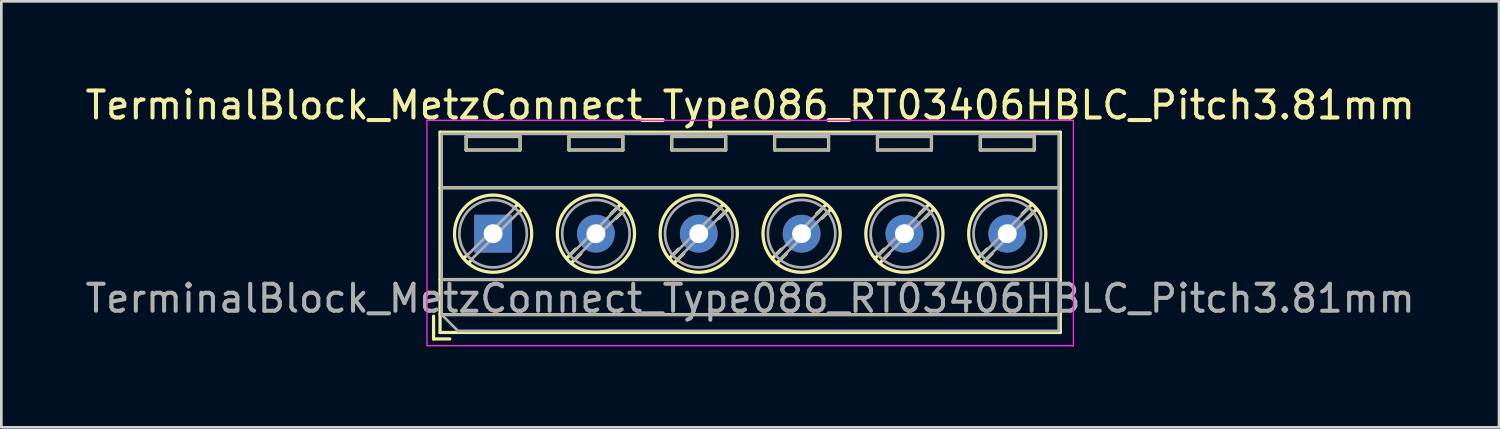
<source format=kicad_pcb>
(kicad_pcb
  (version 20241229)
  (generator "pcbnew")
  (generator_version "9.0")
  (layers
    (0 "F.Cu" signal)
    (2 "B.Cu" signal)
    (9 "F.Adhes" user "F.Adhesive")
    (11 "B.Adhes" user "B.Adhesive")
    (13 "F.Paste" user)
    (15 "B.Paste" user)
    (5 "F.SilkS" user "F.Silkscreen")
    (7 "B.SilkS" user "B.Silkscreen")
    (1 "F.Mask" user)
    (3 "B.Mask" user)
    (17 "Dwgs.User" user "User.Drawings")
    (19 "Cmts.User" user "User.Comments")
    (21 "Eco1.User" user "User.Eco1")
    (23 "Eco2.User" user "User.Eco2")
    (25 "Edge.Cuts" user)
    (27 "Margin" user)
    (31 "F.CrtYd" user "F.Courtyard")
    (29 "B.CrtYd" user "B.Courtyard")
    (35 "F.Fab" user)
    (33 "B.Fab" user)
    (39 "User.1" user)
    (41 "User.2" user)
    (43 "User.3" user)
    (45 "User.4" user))
  (footprint "TerminalBlock_MetzConnect_Type086_RT03406HBLC_Pitch3.81mm"
    (layer "F.Cu")
    (at 15.219 5.608)
    (property "Reference" "TerminalBlock_MetzConnect_Type086_RT03406HBLC_Pitch3.81mm" (at 9.525 -4.76 0) (layer "F.SilkS") (effects (font (size 1 1) (thickness 0.15))))
    (attr through_hole)
    (fp_line (start -2.205 3.06) (end -2.205 3.9) (stroke (width 0.12) (type solid)) (layer "F.SilkS"))
    (fp_line (start -2.205 3.9) (end -1.605 3.9) (stroke (width 0.12) (type solid)) (layer "F.SilkS"))
    (fp_line (start -1.965 -3.76) (end -1.965 3.66) (stroke (width 0.12) (type solid)) (layer "F.SilkS"))
    (fp_line (start -1.965 -1.7) (end 21.015 -1.7) (stroke (width 0.12) (type solid)) (layer "F.SilkS"))
    (fp_line (start -1.965 1.7) (end 21.015 1.7) (stroke (width 0.12) (type solid)) (layer "F.SilkS"))
    (fp_line (start -1.965 3) (end 21.015 3) (stroke (width 0.12) (type solid)) (layer "F.SilkS"))
    (fp_line (start -1.965 3.66) (end 21.015 3.66) (stroke (width 0.12) (type solid)) (layer "F.SilkS"))
    (fp_line (start -1 -3.6) (end -1 -3.1) (stroke (width 0.12) (type solid)) (layer "F.SilkS"))
    (fp_line (start -1 -3.6) (end 1 -3.6) (stroke (width 0.12) (type solid)) (layer "F.SilkS"))
    (fp_line (start -1 -3.1) (end 1 -3.1) (stroke (width 0.12) (type solid)) (layer "F.SilkS"))
    (fp_line (start -0.946 0.771) (end -1.085 0.91) (stroke (width 0.12) (type solid)) (layer "F.SilkS"))
    (fp_line (start -0.771 0.945) (end -0.911 1.085) (stroke (width 0.12) (type solid)) (layer "F.SilkS"))
    (fp_line (start 0.911 -1.085) (end 0.771 -0.945) (stroke (width 0.12) (type solid)) (layer "F.SilkS"))
    (fp_line (start 1 -3.6) (end 1 -3.1) (stroke (width 0.12) (type solid)) (layer "F.SilkS"))
    (fp_line (start 1.085 -0.91) (end 0.945 -0.771) (stroke (width 0.12) (type solid)) (layer "F.SilkS"))
    (fp_line (start 2.81 -3.6) (end 2.81 -3.1) (stroke (width 0.12) (type solid)) (layer "F.SilkS"))
    (fp_line (start 2.81 -3.6) (end 4.81 -3.6) (stroke (width 0.12) (type solid)) (layer "F.SilkS"))
    (fp_line (start 2.81 -3.1) (end 4.81 -3.1) (stroke (width 0.12) (type solid)) (layer "F.SilkS"))
    (fp_line (start 3.065 0.571) (end 2.726 0.91) (stroke (width 0.12) (type solid)) (layer "F.SilkS"))
    (fp_line (start 3.249 0.736) (end 2.9 1.085) (stroke (width 0.12) (type solid)) (layer "F.SilkS"))
    (fp_line (start 4.721 -1.085) (end 4.371 -0.736) (stroke (width 0.12) (type solid)) (layer "F.SilkS"))
    (fp_line (start 4.81 -3.6) (end 4.81 -3.1) (stroke (width 0.12) (type solid)) (layer "F.SilkS"))
    (fp_line (start 4.895 -0.91) (end 4.556 -0.571) (stroke (width 0.12) (type solid)) (layer "F.SilkS"))
    (fp_line (start 6.62 -3.6) (end 6.62 -3.1) (stroke (width 0.12) (type solid)) (layer "F.SilkS"))
    (fp_line (start 6.62 -3.6) (end 8.62 -3.6) (stroke (width 0.12) (type solid)) (layer "F.SilkS"))
    (fp_line (start 6.62 -3.1) (end 8.62 -3.1) (stroke (width 0.12) (type solid)) (layer "F.SilkS"))
    (fp_line (start 6.875 0.571) (end 6.536 0.91) (stroke (width 0.12) (type solid)) (layer "F.SilkS"))
    (fp_line (start 7.059 0.736) (end 6.71 1.085) (stroke (width 0.12) (type solid)) (layer "F.SilkS"))
    (fp_line (start 8.531 -1.085) (end 8.181 -0.736) (stroke (width 0.12) (type solid)) (layer "F.SilkS"))
    (fp_line (start 8.62 -3.6) (end 8.62 -3.1) (stroke (width 0.12) (type solid)) (layer "F.SilkS"))
    (fp_line (start 8.705 -0.91) (end 8.366 -0.571) (stroke (width 0.12) (type solid)) (layer "F.SilkS"))
    (fp_line (start 10.43 -3.6) (end 10.43 -3.1) (stroke (width 0.12) (type solid)) (layer "F.SilkS"))
    (fp_line (start 10.43 -3.6) (end 12.43 -3.6) (stroke (width 0.12) (type solid)) (layer "F.SilkS"))
    (fp_line (start 10.43 -3.1) (end 12.43 -3.1) (stroke (width 0.12) (type solid)) (layer "F.SilkS"))
    (fp_line (start 10.685 0.571) (end 10.346 0.91) (stroke (width 0.12) (type solid)) (layer "F.SilkS"))
    (fp_line (start 10.869 0.736) (end 10.52 1.085) (stroke (width 0.12) (type solid)) (layer "F.SilkS"))
    (fp_line (start 12.341 -1.085) (end 11.991 -0.736) (stroke (width 0.12) (type solid)) (layer "F.SilkS"))
    (fp_line (start 12.43 -3.6) (end 12.43 -3.1) (stroke (width 0.12) (type solid)) (layer "F.SilkS"))
    (fp_line (start 12.515 -0.91) (end 12.176 -0.571) (stroke (width 0.12) (type solid)) (layer "F.SilkS"))
    (fp_line (start 14.24 -3.6) (end 14.24 -3.1) (stroke (width 0.12) (type solid)) (layer "F.SilkS"))
    (fp_line (start 14.24 -3.6) (end 16.241 -3.6) (stroke (width 0.12) (type solid)) (layer "F.SilkS"))
    (fp_line (start 14.24 -3.1) (end 16.241 -3.1) (stroke (width 0.12) (type solid)) (layer "F.SilkS"))
    (fp_line (start 14.495 0.571) (end 14.156 0.91) (stroke (width 0.12) (type solid)) (layer "F.SilkS"))
    (fp_line (start 14.679 0.736) (end 14.33 1.085) (stroke (width 0.12) (type solid)) (layer "F.SilkS"))
    (fp_line (start 16.151 -1.085) (end 15.801 -0.736) (stroke (width 0.12) (type solid)) (layer "F.SilkS"))
    (fp_line (start 16.241 -3.6) (end 16.241 -3.1) (stroke (width 0.12) (type solid)) (layer "F.SilkS"))
    (fp_line (start 16.325 -0.91) (end 15.986 -0.571) (stroke (width 0.12) (type solid)) (layer "F.SilkS"))
    (fp_line (start 18.05 -3.6) (end 18.05 -3.1) (stroke (width 0.12) (type solid)) (layer "F.SilkS"))
    (fp_line (start 18.05 -3.6) (end 20.05 -3.6) (stroke (width 0.12) (type solid)) (layer "F.SilkS"))
    (fp_line (start 18.05 -3.1) (end 20.05 -3.1) (stroke (width 0.12) (type solid)) (layer "F.SilkS"))
    (fp_line (start 18.305 0.571) (end 17.966 0.91) (stroke (width 0.12) (type solid)) (layer "F.SilkS"))
    (fp_line (start 18.489 0.736) (end 18.14 1.085) (stroke (width 0.12) (type solid)) (layer "F.SilkS"))
    (fp_line (start 19.961 -1.085) (end 19.611 -0.736) (stroke (width 0.12) (type solid)) (layer "F.SilkS"))
    (fp_line (start 20.05 -3.6) (end 20.05 -3.1) (stroke (width 0.12) (type solid)) (layer "F.SilkS"))
    (fp_line (start 20.135 -0.91) (end 19.796 -0.571) (stroke (width 0.12) (type solid)) (layer "F.SilkS"))
    (fp_line (start 21.015 -3.76) (end -1.965 -3.76) (stroke (width 0.12) (type solid)) (layer "F.SilkS"))
    (fp_line (start 21.015 3.66) (end 21.015 -3.76) (stroke (width 0.12) (type solid)) (layer "F.SilkS"))
    (fp_circle (center 0 0) (end 1.43 0) (stroke (width 0.12) (type solid)) (fill no) (layer "F.SilkS"))
    (fp_circle (center 3.81 0) (end 5.24 0) (stroke (width 0.12) (type solid)) (fill no) (layer "F.SilkS"))
    (fp_circle (center 7.62 0) (end 9.05 0) (stroke (width 0.12) (type solid)) (fill no) (layer "F.SilkS"))
    (fp_circle (center 11.43 0) (end 12.86 0) (stroke (width 0.12) (type solid)) (fill no) (layer "F.SilkS"))
    (fp_circle (center 15.24 0) (end 16.67 0) (stroke (width 0.12) (type solid)) (fill no) (layer "F.SilkS"))
    (fp_circle (center 19.05 0) (end 20.48 0) (stroke (width 0.12) (type solid)) (fill no) (layer "F.SilkS"))
    (fp_line (start -2.45 -4.2) (end -2.45 4.15) (stroke (width 0.05) (type solid)) (layer "F.CrtYd"))
    (fp_line (start -2.45 4.15) (end 21.5 4.15) (stroke (width 0.05) (type solid)) (layer "F.CrtYd"))
    (fp_line (start 21.5 -4.2) (end -2.45 -4.2) (stroke (width 0.05) (type solid)) (layer "F.CrtYd"))
    (fp_line (start 21.5 4.15) (end 21.5 -4.2) (stroke (width 0.05) (type solid)) (layer "F.CrtYd"))
    (fp_line (start -1.905 -3.7) (end 20.955 -3.7) (stroke (width 0.1) (type solid)) (layer "F.Fab"))
    (fp_line (start -1.905 -1.7) (end 20.955 -1.7) (stroke (width 0.1) (type solid)) (layer "F.Fab"))
    (fp_line (start -1.905 1.7) (end 20.955 1.7) (stroke (width 0.1) (type solid)) (layer "F.Fab"))
    (fp_line (start -1.905 3) (end -1.905 -3.7) (stroke (width 0.1) (type solid)) (layer "F.Fab"))
    (fp_line (start -1.905 3) (end 20.955 3) (stroke (width 0.1) (type solid)) (layer "F.Fab"))
    (fp_line (start -1.305 3.6) (end -1.905 3) (stroke (width 0.1) (type solid)) (layer "F.Fab"))
    (fp_line (start -1 -3.6) (end -1 -3.1) (stroke (width 0.1) (type solid)) (layer "F.Fab"))
    (fp_line (start -1 -3.1) (end 1 -3.1) (stroke (width 0.1) (type solid)) (layer "F.Fab"))
    (fp_line (start 0.796 -0.948) (end -0.949 0.796) (stroke (width 0.1) (type solid)) (layer "F.Fab"))
    (fp_line (start 0.949 -0.796) (end -0.796 0.948) (stroke (width 0.1) (type solid)) (layer "F.Fab"))
    (fp_line (start 1 -3.6) (end -1 -3.6) (stroke (width 0.1) (type solid)) (layer "F.Fab"))
    (fp_line (start 1 -3.1) (end 1 -3.6) (stroke (width 0.1) (type solid)) (layer "F.Fab"))
    (fp_line (start 2.81 -3.6) (end 2.81 -3.1) (stroke (width 0.1) (type solid)) (layer "F.Fab"))
    (fp_line (start 2.81 -3.1) (end 4.81 -3.1) (stroke (width 0.1) (type solid)) (layer "F.Fab"))
    (fp_line (start 4.606 -0.948) (end 2.862 0.796) (stroke (width 0.1) (type solid)) (layer "F.Fab"))
    (fp_line (start 4.759 -0.796) (end 3.015 0.948) (stroke (width 0.1) (type solid)) (layer "F.Fab"))
    (fp_line (start 4.81 -3.6) (end 2.81 -3.6) (stroke (width 0.1) (type solid)) (layer "F.Fab"))
    (fp_line (start 4.81 -3.1) (end 4.81 -3.6) (stroke (width 0.1) (type solid)) (layer "F.Fab"))
    (fp_line (start 6.62 -3.6) (end 6.62 -3.1) (stroke (width 0.1) (type solid)) (layer "F.Fab"))
    (fp_line (start 6.62 -3.1) (end 8.62 -3.1) (stroke (width 0.1) (type solid)) (layer "F.Fab"))
    (fp_line (start 8.416 -0.948) (end 6.672 0.796) (stroke (width 0.1) (type solid)) (layer "F.Fab"))
    (fp_line (start 8.569 -0.796) (end 6.825 0.948) (stroke (width 0.1) (type solid)) (layer "F.Fab"))
    (fp_line (start 8.62 -3.6) (end 6.62 -3.6) (stroke (width 0.1) (type solid)) (layer "F.Fab"))
    (fp_line (start 8.62 -3.1) (end 8.62 -3.6) (stroke (width 0.1) (type solid)) (layer "F.Fab"))
    (fp_line (start 10.43 -3.6) (end 10.43 -3.1) (stroke (width 0.1) (type solid)) (layer "F.Fab"))
    (fp_line (start 10.43 -3.1) (end 12.43 -3.1) (stroke (width 0.1) (type solid)) (layer "F.Fab"))
    (fp_line (start 12.226 -0.948) (end 10.482 0.796) (stroke (width 0.1) (type solid)) (layer "F.Fab"))
    (fp_line (start 12.379 -0.796) (end 10.635 0.948) (stroke (width 0.1) (type solid)) (layer "F.Fab"))
    (fp_line (start 12.43 -3.6) (end 10.43 -3.6) (stroke (width 0.1) (type solid)) (layer "F.Fab"))
    (fp_line (start 12.43 -3.1) (end 12.43 -3.6) (stroke (width 0.1) (type solid)) (layer "F.Fab"))
    (fp_line (start 14.24 -3.6) (end 14.24 -3.1) (stroke (width 0.1) (type solid)) (layer "F.Fab"))
    (fp_line (start 14.24 -3.1) (end 16.24 -3.1) (stroke (width 0.1) (type solid)) (layer "F.Fab"))
    (fp_line (start 16.036 -0.948) (end 14.292 0.796) (stroke (width 0.1) (type solid)) (layer "F.Fab"))
    (fp_line (start 16.189 -0.796) (end 14.445 0.948) (stroke (width 0.1) (type solid)) (layer "F.Fab"))
    (fp_line (start 16.24 -3.6) (end 14.24 -3.6) (stroke (width 0.1) (type solid)) (layer "F.Fab"))
    (fp_line (start 16.24 -3.1) (end 16.24 -3.6) (stroke (width 0.1) (type solid)) (layer "F.Fab"))
    (fp_line (start 18.05 -3.6) (end 18.05 -3.1) (stroke (width 0.1) (type solid)) (layer "F.Fab"))
    (fp_line (start 18.05 -3.1) (end 20.05 -3.1) (stroke (width 0.1) (type solid)) (layer "F.Fab"))
    (fp_line (start 19.846 -0.948) (end 18.102 0.796) (stroke (width 0.1) (type solid)) (layer "F.Fab"))
    (fp_line (start 19.999 -0.796) (end 18.255 0.948) (stroke (width 0.1) (type solid)) (layer "F.Fab"))
    (fp_line (start 20.05 -3.6) (end 18.05 -3.6) (stroke (width 0.1) (type solid)) (layer "F.Fab"))
    (fp_line (start 20.05 -3.1) (end 20.05 -3.6) (stroke (width 0.1) (type solid)) (layer "F.Fab"))
    (fp_line (start 20.955 -3.7) (end 20.955 3.6) (stroke (width 0.1) (type solid)) (layer "F.Fab"))
    (fp_line (start 20.955 3.6) (end -1.305 3.6) (stroke (width 0.1) (type solid)) (layer "F.Fab"))
    (fp_circle (center 0 0) (end 1.25 0) (stroke (width 0.1) (type solid)) (fill no) (layer "F.Fab"))
    (fp_circle (center 3.81 0) (end 5.06 0) (stroke (width 0.1) (type solid)) (fill no) (layer "F.Fab"))
    (fp_circle (center 7.62 0) (end 8.87 0) (stroke (width 0.1) (type solid)) (fill no) (layer "F.Fab"))
    (fp_circle (center 11.43 0) (end 12.68 0) (stroke (width 0.1) (type solid)) (fill no) (layer "F.Fab"))
    (fp_circle (center 15.24 0) (end 16.49 0) (stroke (width 0.1) (type solid)) (fill no) (layer "F.Fab"))
    (fp_circle (center 19.05 0) (end 20.3 0) (stroke (width 0.1) (type solid)) (fill no) (layer "F.Fab"))
    (fp_text user "${REFERENCE}" (at 9.525 2.4 0) (layer "F.Fab") (effects (font (size 1 1) (thickness 0.15))))
    (pad "1" thru_hole rect (at 0 0) (size 1.4 1.4) (drill 0.7) (layers "*.Cu" "*.Mask"))
    (pad "2" thru_hole oval (at 3.81 0) (size 1.4 1.4) (drill 0.7) (layers "*.Cu" "*.Mask"))
    (pad "3" thru_hole oval (at 7.62 0) (size 1.4 1.4) (drill 0.7) (layers "*.Cu" "*.Mask"))
    (pad "4" thru_hole oval (at 11.43 0) (size 1.4 1.4) (drill 0.7) (layers "*.Cu" "*.Mask"))
    (pad "5" thru_hole oval (at 15.24 0) (size 1.4 1.4) (drill 0.7) (layers "*.Cu" "*.Mask"))
    (pad "6" thru_hole oval (at 19.05 0) (size 1.4 1.4) (drill 0.7) (layers "*.Cu" "*.Mask")))
  (gr_rect
    (start -3 -3)
    (end 52.488 12.783)
    (stroke (width 0.1) (type default))
    (fill no)
    (layer "Edge.Cuts")))
</source>
